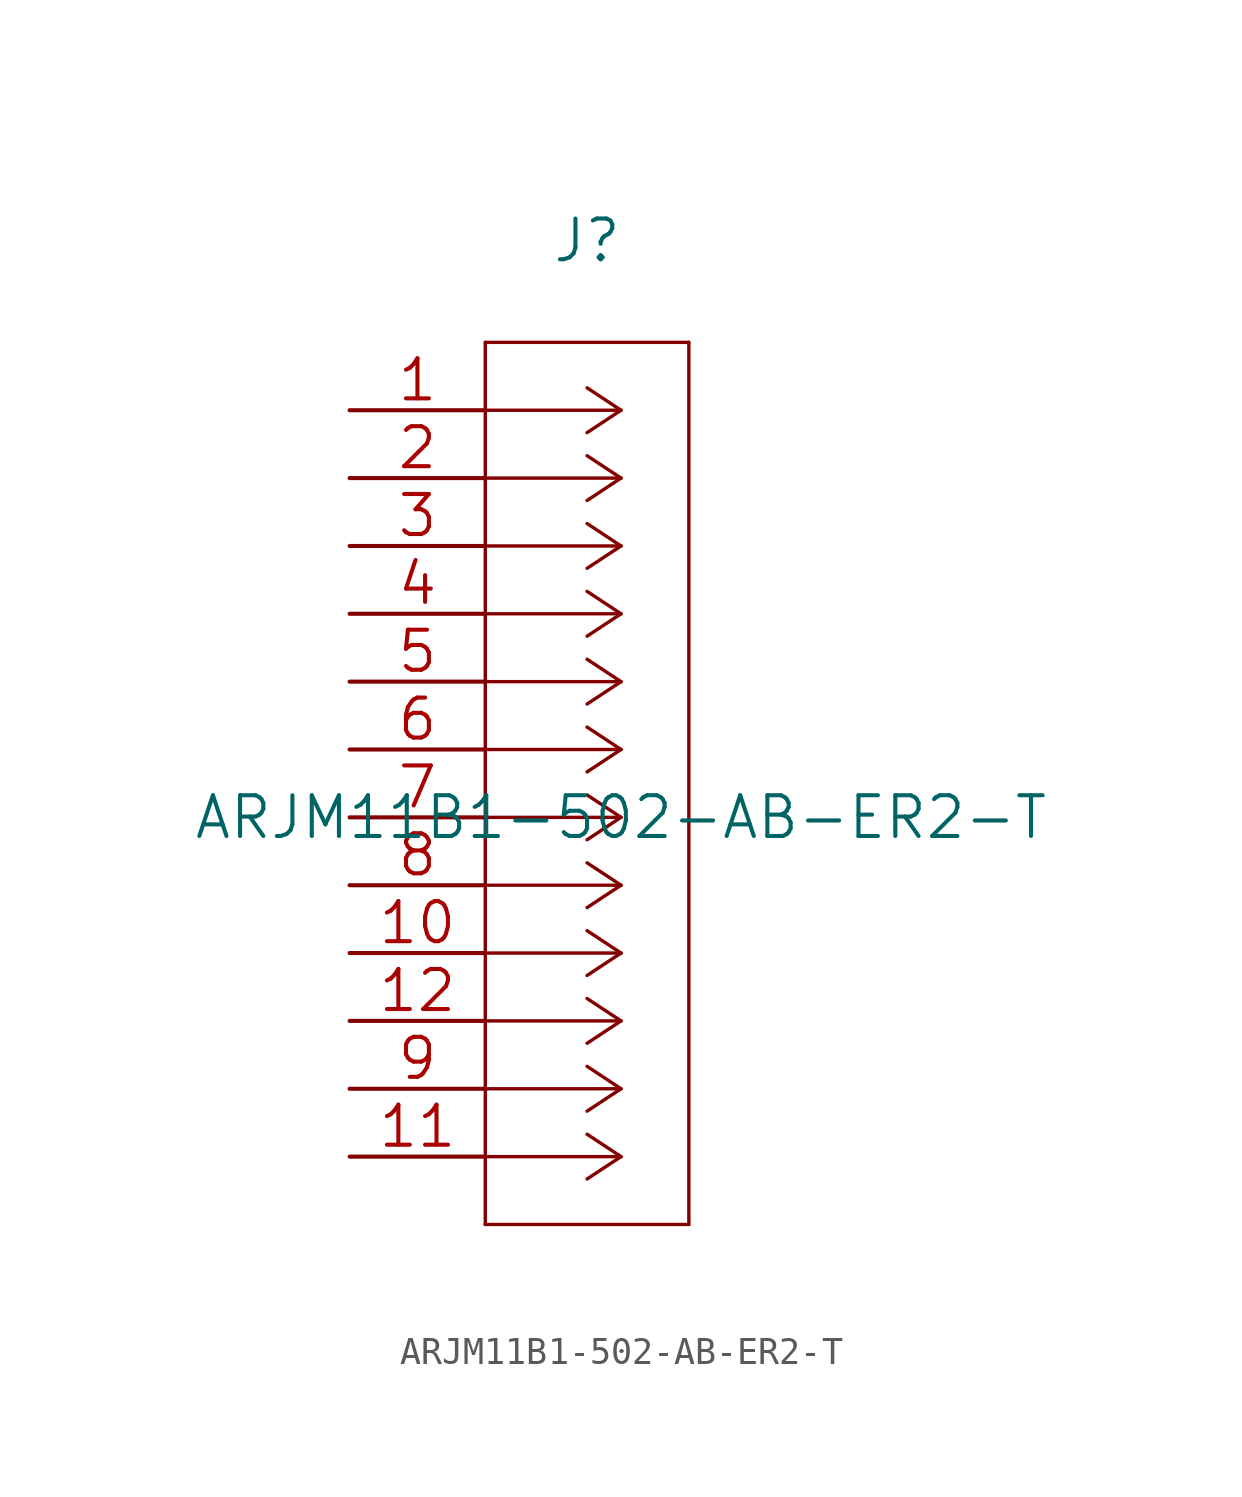
<source format=kicad_sym>
(kicad_symbol_lib
  (version 20201005)
  (generator kicad_symbol_editor)
  (symbol "ARJM11B1-502-AB-ER2-T"
    (pin_names
      (offset 0.254) hide)
    (property "Reference" "J"
      (at 8.89 6.35 0)
      (effects (font (size 1.524 1.524))))
    (property "Value" "ARJM11B1-502-AB-ER2-T"
      (at 10.16 -15.24 0)
      (effects (font (size 1.524 1.524))))
    (property "Datasheet" ""
      (at 0 0 0)
      (effects (font (size 1.524 1.524))))
    (property "ki_locked" ""
      (at 0 0 0)
      (effects (font (size 1.27 1.27))))
    (symbol "ARJM11B1-502-AB-ER2-T_1_1"
      (polyline (pts (xy 5.08 -30.48) (xy 12.7 -30.48)) (stroke (width 0.127)) (fill (type none)))
      (polyline (pts (xy 5.08 2.54) (xy 5.08 -30.48)) (stroke (width 0.127)) (fill (type none)))
      (polyline (pts (xy 10.16 -27.94) (xy 5.08 -27.94)) (stroke (width 0.127)) (fill (type none)))
      (polyline (pts (xy 10.16 -27.94) (xy 8.89 -28.778)) (stroke (width 0.127)) (fill (type none)))
      (polyline (pts (xy 10.16 -27.94) (xy 8.89 -27.102)) (stroke (width 0.127)) (fill (type none)))
      (polyline (pts (xy 10.16 -25.4) (xy 5.08 -25.4)) (stroke (width 0.127)) (fill (type none)))
      (polyline (pts (xy 10.16 -25.4) (xy 8.89 -26.238)) (stroke (width 0.127)) (fill (type none)))
      (polyline (pts (xy 10.16 -25.4) (xy 8.89 -24.562)) (stroke (width 0.127)) (fill (type none)))
      (polyline (pts (xy 10.16 -22.86) (xy 5.08 -22.86)) (stroke (width 0.127)) (fill (type none)))
      (polyline (pts (xy 10.16 -22.86) (xy 8.89 -23.698)) (stroke (width 0.127)) (fill (type none)))
      (polyline (pts (xy 10.16 -22.86) (xy 8.89 -22.022)) (stroke (width 0.127)) (fill (type none)))
      (polyline (pts (xy 10.16 -20.32) (xy 5.08 -20.32)) (stroke (width 0.127)) (fill (type none)))
      (polyline (pts (xy 10.16 -20.32) (xy 8.89 -21.158)) (stroke (width 0.127)) (fill (type none)))
      (polyline (pts (xy 10.16 -20.32) (xy 8.89 -19.482)) (stroke (width 0.127)) (fill (type none)))
      (polyline (pts (xy 10.16 -17.78) (xy 5.08 -17.78)) (stroke (width 0.127)) (fill (type none)))
      (polyline (pts (xy 10.16 -17.78) (xy 8.89 -18.618)) (stroke (width 0.127)) (fill (type none)))
      (polyline (pts (xy 10.16 -17.78) (xy 8.89 -16.942)) (stroke (width 0.127)) (fill (type none)))
      (polyline (pts (xy 10.16 -15.24) (xy 5.08 -15.24)) (stroke (width 0.127)) (fill (type none)))
      (polyline (pts (xy 10.16 -15.24) (xy 8.89 -16.078)) (stroke (width 0.127)) (fill (type none)))
      (polyline (pts (xy 10.16 -15.24) (xy 8.89 -14.402)) (stroke (width 0.127)) (fill (type none)))
      (polyline (pts (xy 10.16 -12.7) (xy 5.08 -12.7)) (stroke (width 0.127)) (fill (type none)))
      (polyline (pts (xy 10.16 -12.7) (xy 8.89 -13.538)) (stroke (width 0.127)) (fill (type none)))
      (polyline (pts (xy 10.16 -12.7) (xy 8.89 -11.862)) (stroke (width 0.127)) (fill (type none)))
      (polyline (pts (xy 10.16 -10.16) (xy 5.08 -10.16)) (stroke (width 0.127)) (fill (type none)))
      (polyline (pts (xy 10.16 -10.16) (xy 8.89 -10.998)) (stroke (width 0.127)) (fill (type none)))
      (polyline (pts (xy 10.16 -10.16) (xy 8.89 -9.322)) (stroke (width 0.127)) (fill (type none)))
      (polyline (pts (xy 10.16 -7.62) (xy 5.08 -7.62)) (stroke (width 0.127)) (fill (type none)))
      (polyline (pts (xy 10.16 -7.62) (xy 8.89 -8.458)) (stroke (width 0.127)) (fill (type none)))
      (polyline (pts (xy 10.16 -7.62) (xy 8.89 -6.782)) (stroke (width 0.127)) (fill (type none)))
      (polyline (pts (xy 10.16 -5.08) (xy 5.08 -5.08)) (stroke (width 0.127)) (fill (type none)))
      (polyline (pts (xy 10.16 -5.08) (xy 8.89 -5.918)) (stroke (width 0.127)) (fill (type none)))
      (polyline (pts (xy 10.16 -5.08) (xy 8.89 -4.242)) (stroke (width 0.127)) (fill (type none)))
      (polyline (pts (xy 10.16 -2.54) (xy 5.08 -2.54)) (stroke (width 0.127)) (fill (type none)))
      (polyline (pts (xy 10.16 -2.54) (xy 8.89 -3.378)) (stroke (width 0.127)) (fill (type none)))
      (polyline (pts (xy 10.16 -2.54) (xy 8.89 -1.702)) (stroke (width 0.127)) (fill (type none)))
      (polyline (pts (xy 10.16 0) (xy 5.08 0)) (stroke (width 0.127)) (fill (type none)))
      (polyline (pts (xy 10.16 0) (xy 8.89 -0.838)) (stroke (width 0.127)) (fill (type none)))
      (polyline (pts (xy 10.16 0) (xy 8.89 0.838)) (stroke (width 0.127)) (fill (type none)))
      (polyline (pts (xy 12.7 -30.48) (xy 12.7 2.54)) (stroke (width 0.127)) (fill (type none)))
      (polyline (pts (xy 12.7 2.54) (xy 5.08 2.54)) (stroke (width 0.127)) (fill (type none)))
      (pin unspecified line (at 0 0 0) (length 5.08) (name "1" (effects (font (size 1.499 1.499)))) (number "1" (effects (font (size 1.499 1.499)))))
      (pin unspecified line (at 0 -20.32 0) (length 5.08) (name "10" (effects (font (size 1.499 1.499)))) (number "10" (effects (font (size 1.499 1.499)))))
      (pin unspecified line (at 0 -27.94 0) (length 5.08) (name "11" (effects (font (size 1.499 1.499)))) (number "11" (effects (font (size 1.499 1.499)))))
      (pin unspecified line (at 0 -22.86 0) (length 5.08) (name "12" (effects (font (size 1.499 1.499)))) (number "12" (effects (font (size 1.499 1.499)))))
      (pin unspecified line (at 0 -2.54 0) (length 5.08) (name "2" (effects (font (size 1.499 1.499)))) (number "2" (effects (font (size 1.499 1.499)))))
      (pin unspecified line (at 0 -5.08 0) (length 5.08) (name "3" (effects (font (size 1.499 1.499)))) (number "3" (effects (font (size 1.499 1.499)))))
      (pin unspecified line (at 0 -7.62 0) (length 5.08) (name "4" (effects (font (size 1.499 1.499)))) (number "4" (effects (font (size 1.499 1.499)))))
      (pin unspecified line (at 0 -10.16 0) (length 5.08) (name "5" (effects (font (size 1.499 1.499)))) (number "5" (effects (font (size 1.499 1.499)))))
      (pin unspecified line (at 0 -12.7 0) (length 5.08) (name "6" (effects (font (size 1.499 1.499)))) (number "6" (effects (font (size 1.499 1.499)))))
      (pin unspecified line (at 0 -15.24 0) (length 5.08) (name "7" (effects (font (size 1.499 1.499)))) (number "7" (effects (font (size 1.499 1.499)))))
      (pin unspecified line (at 0 -17.78 0) (length 5.08) (name "8" (effects (font (size 1.499 1.499)))) (number "8" (effects (font (size 1.499 1.499)))))
      (pin unspecified line (at 0 -25.4 0) (length 5.08) (name "9" (effects (font (size 1.499 1.499)))) (number "9" (effects (font (size 1.499 1.499))))))))
</source>
